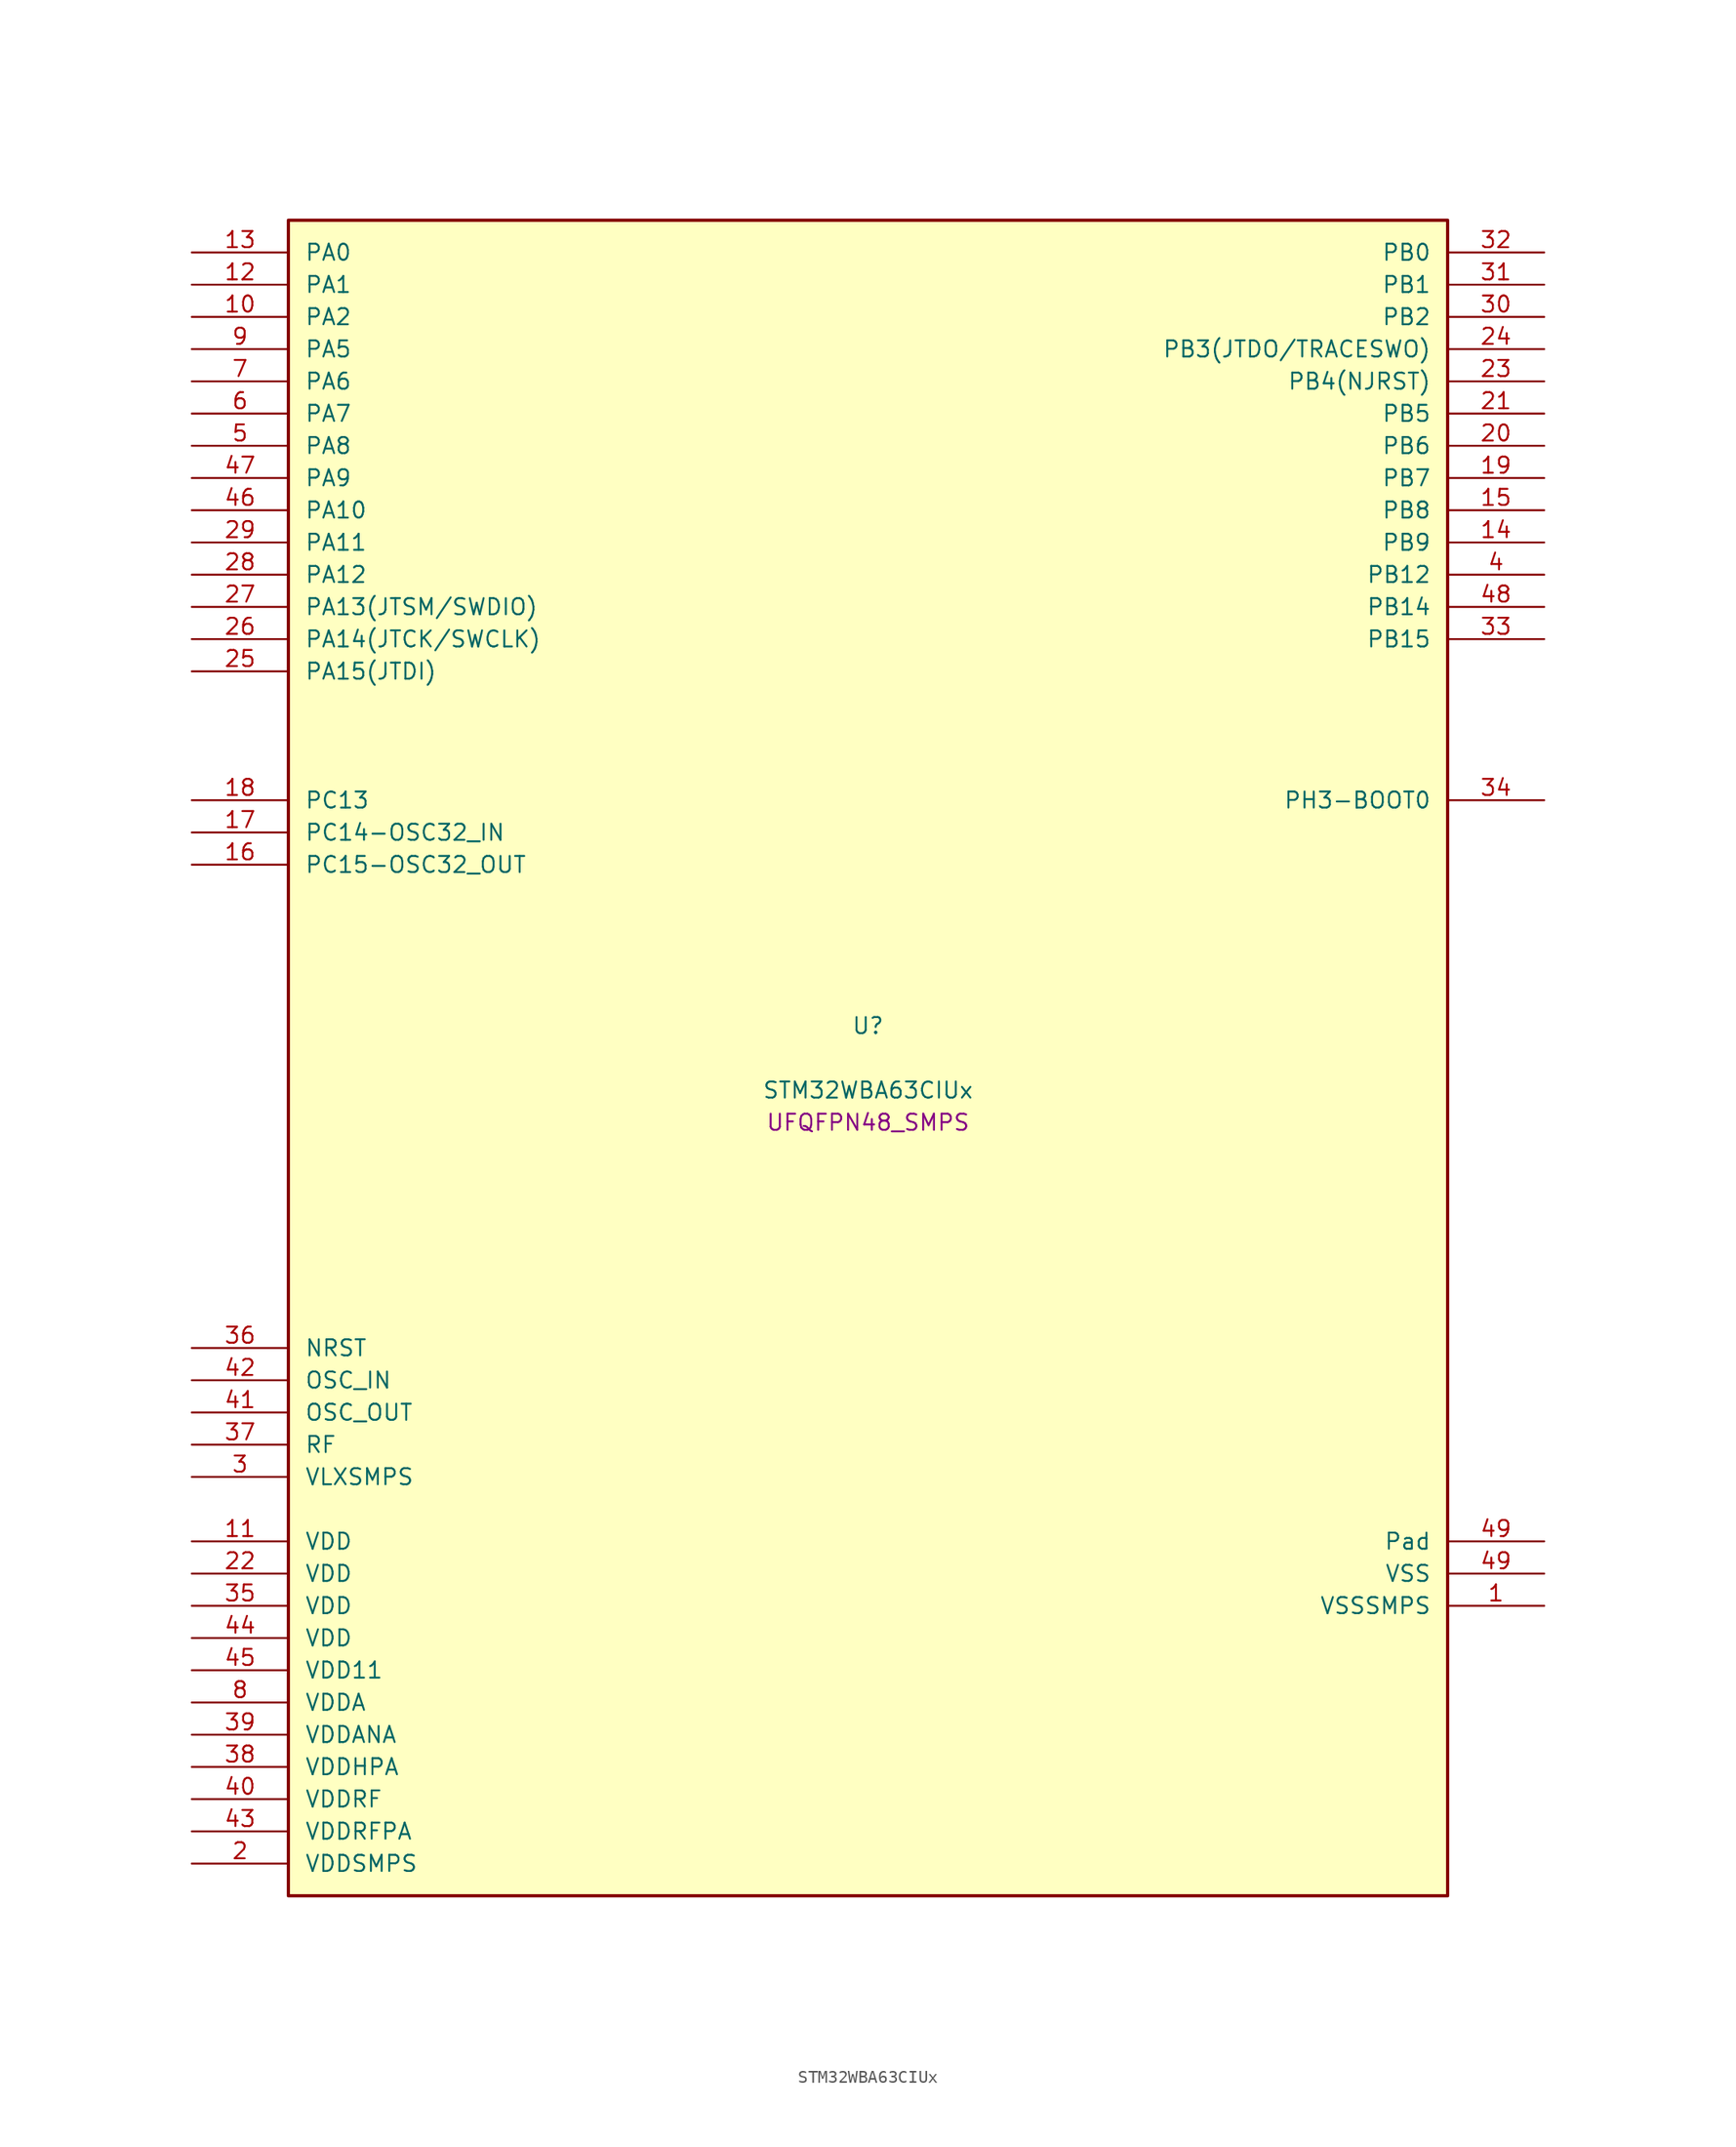
<source format=kicad_sym>
(kicad_symbol_lib
  (version 20241209)
  (generator "stm32_pkl_generator")
  (generator_version "1.0")
  (symbol "STM32WBA63CIUx"
    (pin_names
      (offset 1.27))
    (property "Reference" "U"
      (at 0 2.54 0))
    (property "Value" "STM32WBA63CIUx"
      (at 0 -2.54 0))
    (property "Footprint" "UFQFPN48_SMPS"
      (at 0 -5.08 0))
    (symbol "STM32WBA63CIUx_1_1"
      (rectangle (start -45.72 66.04) (end 45.72 -66.04) (stroke (width 0.254) (type solid)) (fill (type background)))
      (pin bidirectional line (at -53.34 63.5 0) (length 7.62) (name "PA0") (number "13") (alternate "PA0/ADC4_IN9" bidirectional line) (alternate "PA0/COMP2_INP" bidirectional line) (alternate "PA0/LPTIM1_IN1" bidirectional line) (alternate "PA0/LPUART1_CTS" bidirectional line) (alternate "PA0/PWR_WKUP1" bidirectional line) (alternate "PA0/SPI3_SCK" bidirectional line) (alternate "PA0/TIM1_CH2N" bidirectional line) (alternate "PA0/TIM3_CH3" bidirectional line) (alternate "PA0/TIM3_ETR" bidirectional line) (alternate "PA0/TSC_G2_IO2" bidirectional line))
      (pin bidirectional line (at -53.34 60.96 0) (length 7.62) (name "PA1") (number "12") (alternate "PA1/ADC4_IN8" bidirectional line) (alternate "PA1/COMP1_INM" bidirectional line) (alternate "PA1/LPTIM2_CH2" bidirectional line) (alternate "PA1/LPUART1_RX" bidirectional line) (alternate "PA1/PWR_WKUP3" bidirectional line) (alternate "PA1/SAI1_CK1" bidirectional line) (alternate "PA1/SPI1_RDY" bidirectional line) (alternate "PA1/SPI3_MISO" bidirectional line) (alternate "PA1/TIM17_CH1" bidirectional line) (alternate "PA1/TIM1_CH1N" bidirectional line) (alternate "PA1/TIM3_CH2" bidirectional line) (alternate "PA1/TSC_G2_IO1" bidirectional line) (alternate "PA1/USART1_CK" bidirectional line))
      (pin bidirectional line (at -53.34 58.42 0) (length 7.62) (name "PA2") (number "10") (alternate "PA2/ADC4_IN7" bidirectional line) (alternate "PA2/COMP1_INP" bidirectional line) (alternate "PA2/LPUART1_TX" bidirectional line) (alternate "PA2/PWR_WKUP4" bidirectional line) (alternate "PA2/RCC_LSCO" bidirectional line) (alternate "PA2/SAI1_D1" bidirectional line) (alternate "PA2/TIM16_CH1" bidirectional line) (alternate "PA2/TIM1_BKIN" bidirectional line) (alternate "PA2/TIM3_CH1" bidirectional line) (alternate "PA2/TSC_G4_IO4" bidirectional line) (alternate "PA2/USART1_DE" bidirectional line) (alternate "PA2/USART1_RTS" bidirectional line))
      (pin bidirectional line (at -53.34 55.88 0) (length 7.62) (name "PA5") (number "9") (alternate "PA5/ADC4_IN4" bidirectional line) (alternate "PA5/AUDIOCLK" bidirectional line) (alternate "PA5/LPTIM2_ETR" bidirectional line) (alternate "PA5/PWR_CSLEEP" bidirectional line) (alternate "PA5/PWR_WKUP6" bidirectional line) (alternate "PA5/SAI1_D2" bidirectional line) (alternate "PA5/SPI3_NSS" bidirectional line) (alternate "PA5/TIM2_CH1" bidirectional line) (alternate "PA5/TIM2_ETR" bidirectional line) (alternate "PA5/TSC_G1_IO4" bidirectional line) (alternate "PA5/USART1_CK" bidirectional line))
      (pin bidirectional line (at -53.34 53.34 0) (length 7.62) (name "PA6") (number "7") (alternate "PA6/ADC4_IN3" bidirectional line) (alternate "PA6/I2C3_SCL" bidirectional line) (alternate "PA6/PWR_CSTOP" bidirectional line) (alternate "PA6/PWR_WKUP7" bidirectional line) (alternate "PA6/SAI1_CK2" bidirectional line) (alternate "PA6/SAI1_MCLK_A" bidirectional line) (alternate "PA6/SPI3_RDY" bidirectional line) (alternate "PA6/TIM2_CH4" bidirectional line) (alternate "PA6/TSC_G1_IO3" bidirectional line) (alternate "PA6/USART1_DE" bidirectional line) (alternate "PA6/USART1_RTS" bidirectional line))
      (pin bidirectional line (at -53.34 50.8 0) (length 7.62) (name "PA7") (number "6") (alternate "PA7/ADC4_IN2" bidirectional line) (alternate "PA7/COMP1_OUT" bidirectional line) (alternate "PA7/I2C3_SDA" bidirectional line) (alternate "PA7/PWR_WKUP8" bidirectional line) (alternate "PA7/SAI1_SCK_A" bidirectional line) (alternate "PA7/SPI3_SCK" bidirectional line) (alternate "PA7/TAMP_IN1" bidirectional line) (alternate "PA7/TAMP_OUT2" bidirectional line) (alternate "PA7/TIM2_CH3" bidirectional line) (alternate "PA7/TSC_G1_IO2" bidirectional line) (alternate "PA7/USART1_CTS" bidirectional line))
      (pin bidirectional line (at -53.34 48.26 0) (length 7.62) (name "PA8") (number "5") (alternate "PA8/ADC4_IN1" bidirectional line) (alternate "PA8/LPTIM1_CH2" bidirectional line) (alternate "PA8/RCC_MCO" bidirectional line) (alternate "PA8/SAI1_FS_A" bidirectional line) (alternate "PA8/SPI3_RDY" bidirectional line) (alternate "PA8/TIM2_CH2" bidirectional line) (alternate "PA8/TSC_G1_IO1" bidirectional line) (alternate "PA8/USART1_RX" bidirectional line))
      (pin bidirectional line (at -53.34 45.72 0) (length 7.62) (name "PA9") (number "47") (alternate "PA9/LPUART1_DE" bidirectional line) (alternate "PA9/LPUART1_RTS" bidirectional line) (alternate "PA9/SAI1_CK1" bidirectional line) (alternate "PA9/TIM3_CH2" bidirectional line))
      (pin bidirectional line (at -53.34 43.18 0) (length 7.62) (name "PA10") (number "46") (alternate "PA10/LPUART1_RX" bidirectional line) (alternate "PA10/SAI1_D1" bidirectional line) (alternate "PA10/TIM3_CH1" bidirectional line))
      (pin bidirectional line (at -53.34 40.64 0) (length 7.62) (name "PA11") (number "29") (alternate "PA11/LPTIM2_CH1" bidirectional line) (alternate "PA11/RF_ANTSW1" bidirectional line) (alternate "PA11/TIM1_CH1" bidirectional line) (alternate "PA11/USART2_RX" bidirectional line))
      (pin bidirectional line (at -53.34 38.1 0) (length 7.62) (name "PA12") (number "28") (alternate "PA12/COMP2_OUT" bidirectional line) (alternate "PA12/PTA_STATUS" bidirectional line) (alternate "PA12/PWR_WKUP6" bidirectional line) (alternate "PA12/RF_ANTSW0" bidirectional line) (alternate "PA12/SPI1_NSS" bidirectional line) (alternate "PA12/TIM1_CH2" bidirectional line) (alternate "PA12/TSC_G3_IO4" bidirectional line) (alternate "PA12/USART2_TX" bidirectional line))
      (pin bidirectional line (at -53.34 35.56 0) (length 7.62) (name "PA13(JTSM/SWDIO)") (number "27") (alternate "PA13(JTSM/SWDIO)/DEBUG_JTMS-SWDIO" bidirectional line) (alternate "PA13(JTSM/SWDIO)/IR_OUT" bidirectional line) (alternate "PA13(JTSM/SWDIO)/PTA_PRIORITY" bidirectional line))
      (pin bidirectional line (at -53.34 33.02 0) (length 7.62) (name "PA14(JTCK/SWCLK)") (number "26") (alternate "PA14(JTCK/SWCLK)/COMP2_OUT" bidirectional line) (alternate "PA14(JTCK/SWCLK)/DEBUG_JTCK-SWCLK" bidirectional line) (alternate "PA14(JTCK/SWCLK)/PTA_STATUS" bidirectional line) (alternate "PA14(JTCK/SWCLK)/TAMP_IN3" bidirectional line) (alternate "PA14(JTCK/SWCLK)/TAMP_OUT6" bidirectional line) (alternate "PA14(JTCK/SWCLK)/USART2_TX" bidirectional line))
      (pin bidirectional line (at -53.34 30.48 0) (length 7.62) (name "PA15(JTDI)") (number "25") (alternate "PA15(JTDI)/ADC4_EXTI15" bidirectional line) (alternate "PA15(JTDI)/DEBUG_JTDI" bidirectional line) (alternate "PA15(JTDI)/I2C1_SCL" bidirectional line) (alternate "PA15(JTDI)/LPTIM1_CH2" bidirectional line) (alternate "PA15(JTDI)/PTA_STATUS" bidirectional line) (alternate "PA15(JTDI)/SPI1_MOSI" bidirectional line) (alternate "PA15(JTDI)/TIM17_BKIN" bidirectional line) (alternate "PA15(JTDI)/TIM1_ETR" bidirectional line) (alternate "PA15(JTDI)/TSC_G3_IO3" bidirectional line) (alternate "PA15(JTDI)/USART2_DE" bidirectional line) (alternate "PA15(JTDI)/USART2_RTS" bidirectional line))
      (pin bidirectional line (at 53.34 63.5 180) (length 7.62) (name "PB0") (number "32") (alternate "PB0/LPTIM2_IN2" bidirectional line) (alternate "PB0/TIM1_CH3N" bidirectional line) (alternate "PB0/USART2_TX" bidirectional line))
      (pin bidirectional line (at 53.34 60.96 180) (length 7.62) (name "PB1") (number "31") (alternate "PB1/I2C1_SDA" bidirectional line) (alternate "PB1/I2C3_SDA" bidirectional line) (alternate "PB1/PWR_WKUP4" bidirectional line) (alternate "PB1/TIM1_CH2N" bidirectional line) (alternate "PB1/USART2_DE" bidirectional line) (alternate "PB1/USART2_RTS" bidirectional line))
      (pin bidirectional line (at 53.34 58.42 180) (length 7.62) (name "PB2") (number "30") (alternate "PB2/I2C1_SCL" bidirectional line) (alternate "PB2/I2C3_SCL" bidirectional line) (alternate "PB2/PWR_WKUP1" bidirectional line) (alternate "PB2/RF_ANTSW2" bidirectional line) (alternate "PB2/RTC_OUT2" bidirectional line) (alternate "PB2/TIM1_CH1N" bidirectional line) (alternate "PB2/USART2_CTS" bidirectional line))
      (pin bidirectional line (at 53.34 55.88 180) (length 7.62) (name "PB3(JTDO/TRACESWO)") (number "24") (alternate "PB3(JTDO/TRACESWO)/DEBUG_JTDO-SWO" bidirectional line) (alternate "PB3(JTDO/TRACESWO)/I2C1_SDA" bidirectional line) (alternate "PB3(JTDO/TRACESWO)/LPTIM1_IN2" bidirectional line) (alternate "PB3(JTDO/TRACESWO)/PTA_ACTIVE" bidirectional line) (alternate "PB3(JTDO/TRACESWO)/SPI1_MISO" bidirectional line) (alternate "PB3(JTDO/TRACESWO)/TIM17_CH1N" bidirectional line) (alternate "PB3(JTDO/TRACESWO)/TIM1_CH4" bidirectional line) (alternate "PB3(JTDO/TRACESWO)/TSC_G3_IO2" bidirectional line) (alternate "PB3(JTDO/TRACESWO)/USART2_CK" bidirectional line))
      (pin bidirectional line (at 53.34 53.34 180) (length 7.62) (name "PB4(NJRST)") (number "23") (alternate "PB4(NJRST)/DEBUG_NJTRST" bidirectional line) (alternate "PB4(NJRST)/LPTIM2_IN2" bidirectional line) (alternate "PB4(NJRST)/PTA_ACTIVE" bidirectional line) (alternate "PB4(NJRST)/PTA_PRIORITY" bidirectional line) (alternate "PB4(NJRST)/SAI1_MCLK_B" bidirectional line) (alternate "PB4(NJRST)/SPI1_SCK" bidirectional line) (alternate "PB4(NJRST)/TIM17_CH1" bidirectional line) (alternate "PB4(NJRST)/TIM1_CH3" bidirectional line) (alternate "PB4(NJRST)/TSC_G3_IO1" bidirectional line) (alternate "PB4(NJRST)/USART2_RX" bidirectional line))
      (pin bidirectional line (at 53.34 50.8 180) (length 7.62) (name "PB5") (number "21") (alternate "PB5/LPUART1_TX" bidirectional line) (alternate "PB5/SAI1_D2" bidirectional line) (alternate "PB5/SAI1_FS_B" bidirectional line) (alternate "PB5/TIM3_CH1" bidirectional line) (alternate "PB5/TSC_G5_IO4" bidirectional line))
      (pin bidirectional line (at 53.34 48.26 180) (length 7.62) (name "PB6") (number "20") (alternate "PB6/PWR_WKUP3" bidirectional line) (alternate "PB6/SAI1_SCK_B" bidirectional line) (alternate "PB6/TIM2_CH1" bidirectional line) (alternate "PB6/TIM2_ETR" bidirectional line) (alternate "PB6/TSC_G5_IO3" bidirectional line))
      (pin bidirectional line (at 53.34 45.72 180) (length 7.62) (name "PB7") (number "19") (alternate "PB7/PWR_WKUP5" bidirectional line) (alternate "PB7/SAI1_SD_B" bidirectional line) (alternate "PB7/TAMP_IN5" bidirectional line) (alternate "PB7/TAMP_OUT4" bidirectional line) (alternate "PB7/TIM1_CH4N" bidirectional line) (alternate "PB7/TSC_G5_IO2" bidirectional line))
      (pin bidirectional line (at 53.34 43.18 180) (length 7.62) (name "PB8") (number "15") (alternate "PB8/COMP1_OUT" bidirectional line) (alternate "PB8/LPTIM1_ETR" bidirectional line) (alternate "PB8/PWR_PVD_IN" bidirectional line) (alternate "PB8/SPI3_MOSI" bidirectional line) (alternate "PB8/TIM16_CH1N" bidirectional line) (alternate "PB8/TIM1_CH1" bidirectional line) (alternate "PB8/TIM3_ETR" bidirectional line) (alternate "PB8/TSC_G2_IO4" bidirectional line) (alternate "PB8/USART2_RX" bidirectional line))
      (pin bidirectional line (at 53.34 40.64 180) (length 7.62) (name "PB9") (number "14") (alternate "PB9/ADC4_IN10" bidirectional line) (alternate "PB9/COMP2_INM" bidirectional line) (alternate "PB9/IR_OUT" bidirectional line) (alternate "PB9/LPTIM2_IN1" bidirectional line) (alternate "PB9/LPUART1_DE" bidirectional line) (alternate "PB9/LPUART1_RTS" bidirectional line) (alternate "PB9/PWR_WKUP8" bidirectional line) (alternate "PB9/SPI3_MISO" bidirectional line) (alternate "PB9/TIM16_CH1" bidirectional line) (alternate "PB9/TIM1_CH3N" bidirectional line) (alternate "PB9/TIM3_CH4" bidirectional line) (alternate "PB9/TSC_G2_IO3" bidirectional line))
      (pin bidirectional line (at 53.34 38.1 180) (length 7.62) (name "PB12") (number "4") (alternate "PB12/SAI1_SD_A" bidirectional line) (alternate "PB12/SPI1_RDY" bidirectional line) (alternate "PB12/TIM2_CH1" bidirectional line) (alternate "PB12/TIM2_ETR" bidirectional line) (alternate "PB12/TIM3_ETR" bidirectional line) (alternate "PB12/TSC_SYNC" bidirectional line) (alternate "PB12/USART1_TX" bidirectional line))
      (pin bidirectional line (at 53.34 35.56 180) (length 7.62) (name "PB14") (number "48") (alternate "PB14/PWR_WKUP7" bidirectional line) (alternate "PB14/RTC_REFIN" bidirectional line) (alternate "PB14/SAI1_SD_A" bidirectional line) (alternate "PB14/TIM3_CH3" bidirectional line) (alternate "PB14/TSC_G6_IO1" bidirectional line) (alternate "PB14/USART1_TX" bidirectional line))
      (pin bidirectional line (at 53.34 33.02 180) (length 7.62) (name "PB15") (number "33") (alternate "PB15/ADC4_EXTI15" bidirectional line) (alternate "PB15/I2C1_SMBA" bidirectional line) (alternate "PB15/I2C3_SMBA" bidirectional line) (alternate "PB15/LPUART1_CTS" bidirectional line) (alternate "PB15/PTA_GRANT" bidirectional line) (alternate "PB15/RF_EXTPABYP" bidirectional line) (alternate "PB15/TIM16_BKIN" bidirectional line) (alternate "PB15/TIM1_BKIN2" bidirectional line) (alternate "PB15/USART2_CTS" bidirectional line))
      (pin bidirectional line (at -53.34 20.32 0) (length 7.62) (name "PC13") (number "18") (alternate "PC13/PWR_WKUP2" bidirectional line) (alternate "PC13/RTC_OUT1" bidirectional line) (alternate "PC13/RTC_TS" bidirectional line) (alternate "PC13/TAMP_IN4" bidirectional line) (alternate "PC13/TAMP_OUT5" bidirectional line) (alternate "PC13/TIM1_BKIN2" bidirectional line) (alternate "PC13/TSC_G5_IO1" bidirectional line))
      (pin bidirectional line (at -53.34 17.78 0) (length 7.62) (name "PC14-OSC32_IN") (number "17") (alternate "PC14-OSC32_IN/RCC_OSC32_IN" bidirectional line))
      (pin bidirectional line (at -53.34 15.24 0) (length 7.62) (name "PC15-OSC32_OUT") (number "16") (alternate "PC15-OSC32_OUT/ADC4_EXTI15" bidirectional line) (alternate "PC15-OSC32_OUT/RCC_OSC32_OUT" bidirectional line))
      (pin bidirectional line (at 53.34 20.32 180) (length 7.62) (name "PH3-BOOT0") (number "34") (alternate "PH3-BOOT0/PTA_GRANT" bidirectional line) (alternate "PH3-BOOT0/RF_EXTPABYP" bidirectional line) (alternate "PH3-BOOT0/TAMP_IN2" bidirectional line) (alternate "PH3-BOOT0/TAMP_OUT1" bidirectional line))
      (pin input line (at -53.34 -22.86 0) (length 7.62) (name "NRST") (number "36"))
      (pin bidirectional line (at -53.34 -25.4 0) (length 7.62) (name "OSC_IN") (number "42") (alternate "OSC_IN/RCC_OSC_IN" bidirectional line))
      (pin bidirectional line (at -53.34 -27.94 0) (length 7.62) (name "OSC_OUT") (number "41") (alternate "OSC_OUT/RCC_OSC_OUT" bidirectional line))
      (pin bidirectional line (at -53.34 -30.48 0) (length 7.62) (name "RF") (number "37"))
      (pin power_in line (at -53.34 -33.02 0) (length 7.62) (name "VLXSMPS") (number "3"))
      (pin power_in line (at -53.34 -38.1 0) (length 7.62) (name "VDD") (number "11"))
      (pin power_in line (at -53.34 -40.64 0) (length 7.62) (name "VDD") (number "22"))
      (pin power_in line (at -53.34 -43.18 0) (length 7.62) (name "VDD") (number "35"))
      (pin power_in line (at -53.34 -45.72 0) (length 7.62) (name "VDD") (number "44"))
      (pin power_in line (at -53.34 -48.26 0) (length 7.62) (name "VDD11") (number "45"))
      (pin power_in line (at -53.34 -50.8 0) (length 7.62) (name "VDDA") (number "8"))
      (pin power_in line (at -53.34 -53.34 0) (length 7.62) (name "VDDANA") (number "39"))
      (pin power_in line (at -53.34 -55.88 0) (length 7.62) (name "VDDHPA") (number "38"))
      (pin power_in line (at -53.34 -58.42 0) (length 7.62) (name "VDDRF") (number "40"))
      (pin power_in line (at -53.34 -60.96 0) (length 7.62) (name "VDDRFPA") (number "43"))
      (pin power_in line (at -53.34 -63.5 0) (length 7.62) (name "VDDSMPS") (number "2"))
      (pin passive line (at 53.34 -38.1 180) (length 7.62) (name "Pad") (number "49"))
      (pin power_in line (at 53.34 -40.64 180) (length 7.62) (name "VSS") (number "49"))
      (pin power_in line (at 53.34 -43.18 180) (length 7.62) (name "VSSSMPS") (number "1")))))
</source>
